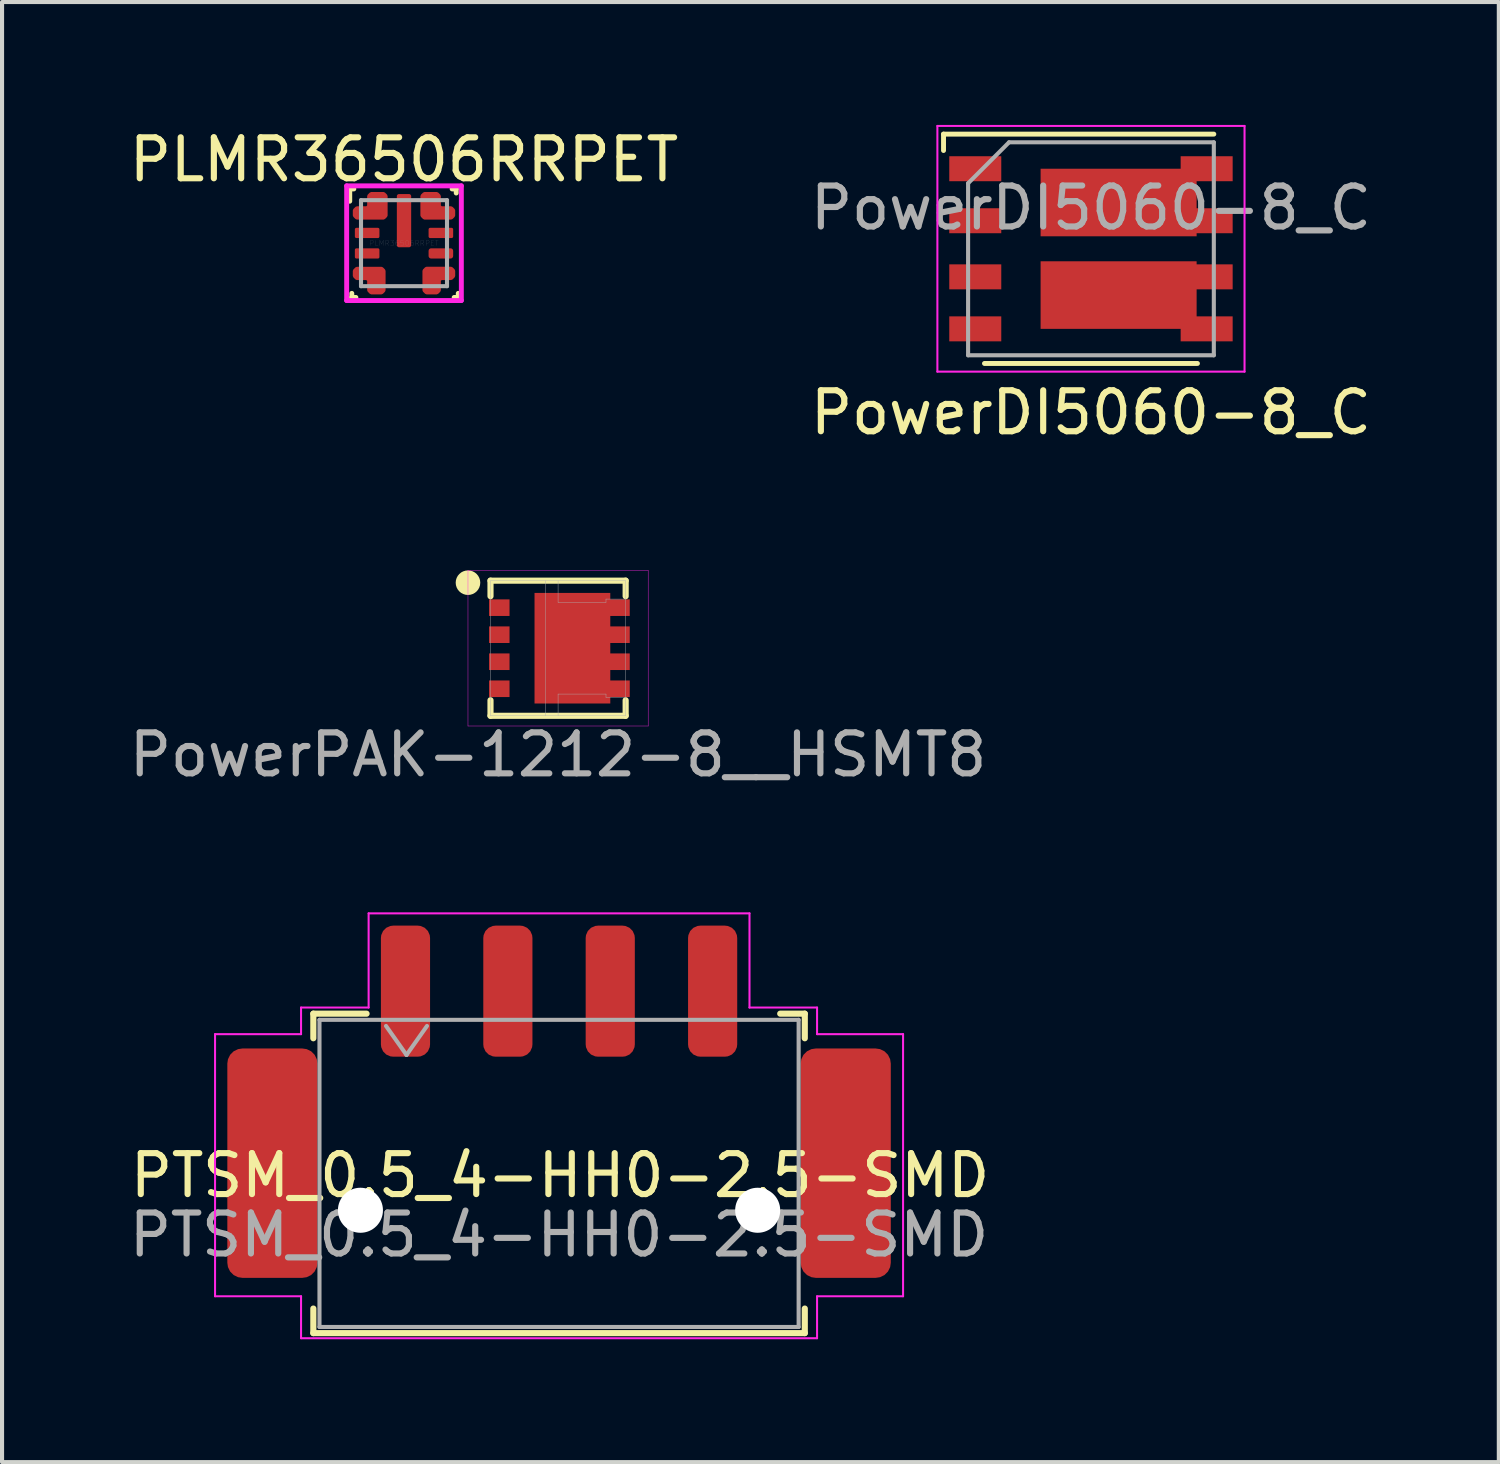
<source format=kicad_pcb>
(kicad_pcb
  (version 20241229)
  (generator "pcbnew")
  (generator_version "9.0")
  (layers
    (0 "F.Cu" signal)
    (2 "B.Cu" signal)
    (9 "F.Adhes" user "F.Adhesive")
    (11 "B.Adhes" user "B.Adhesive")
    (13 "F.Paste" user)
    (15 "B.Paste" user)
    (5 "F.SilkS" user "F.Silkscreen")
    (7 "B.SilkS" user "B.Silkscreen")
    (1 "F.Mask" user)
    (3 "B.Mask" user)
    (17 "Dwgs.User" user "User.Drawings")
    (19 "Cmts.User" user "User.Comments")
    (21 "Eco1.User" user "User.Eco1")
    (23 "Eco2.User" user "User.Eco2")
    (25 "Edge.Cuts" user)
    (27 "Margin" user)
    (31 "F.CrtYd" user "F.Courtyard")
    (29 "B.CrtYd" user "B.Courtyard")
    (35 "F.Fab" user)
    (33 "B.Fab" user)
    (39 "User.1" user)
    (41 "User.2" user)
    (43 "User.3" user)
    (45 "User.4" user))
  (footprint "PowerPAK-1212-8__HSMT8"
    (layer "F.Cu")
    (at 10.577 12.778)
    (property "Reference" "PowerPAK-1212-8__HSMT8" (at 0 2.6 0) (layer "F.Fab") (effects (font (size 1 1) (thickness 0.15))))
    (attr through_hole)
    (fp_line (start -1.65 -1.65) (end -1.65 -1.27) (stroke (width 0.15) (type solid)) (layer "F.SilkS"))
    (fp_line (start -1.65 1.65) (end -1.65 1.27) (stroke (width 0.15) (type solid)) (layer "F.SilkS"))
    (fp_line (start 1.65 -1.65) (end -1.65 -1.65) (stroke (width 0.15) (type solid)) (layer "F.SilkS"))
    (fp_line (start 1.65 -1.27) (end 1.65 -1.65) (stroke (width 0.15) (type solid)) (layer "F.SilkS"))
    (fp_line (start 1.65 1.27) (end 1.65 1.65) (stroke (width 0.15) (type solid)) (layer "F.SilkS"))
    (fp_line (start 1.65 1.65) (end -1.65 1.65) (stroke (width 0.15) (type solid)) (layer "F.SilkS"))
    (fp_circle (center -2.2 -1.6) (end -2.05 -1.6) (stroke (width 0.3) (type solid)) (fill no) (layer "F.SilkS"))
    (fp_line (start -2.2 -1.9) (end -2.2 1.9) (stroke (width 0.01) (type solid)) (layer "F.CrtYd"))
    (fp_line (start -2.2 1.9) (end 2.2 1.9) (stroke (width 0.01) (type solid)) (layer "F.CrtYd"))
    (fp_line (start 2.2 -1.9) (end -2.2 -1.9) (stroke (width 0.01) (type solid)) (layer "F.CrtYd"))
    (fp_line (start 2.2 1.9) (end 2.2 -1.9) (stroke (width 0.01) (type solid)) (layer "F.CrtYd"))
    (fp_line (start -1.65 -1.65) (end 1.65 -1.65) (stroke (width 0.01) (type solid)) (layer "F.Fab"))
    (fp_line (start -1.65 1.65) (end -1.65 -1.65) (stroke (width 0.01) (type solid)) (layer "F.Fab"))
    (fp_line (start -0.3 -1.65) (end -0.3 1.65) (stroke (width 0.01) (type solid)) (layer "F.Fab"))
    (fp_line (start 0 -1.65) (end 0 -1.12) (stroke (width 0.01) (type solid)) (layer "F.Fab"))
    (fp_line (start 0 -1.12) (end 1.17 -1.12) (stroke (width 0.01) (type solid)) (layer "F.Fab"))
    (fp_line (start 0 1.12) (end 1.17 1.12) (stroke (width 0.01) (type solid)) (layer "F.Fab"))
    (fp_line (start 0 1.65) (end 0 1.12) (stroke (width 0.01) (type solid)) (layer "F.Fab"))
    (fp_line (start 1.17 -1.2) (end 1.65 -1.2) (stroke (width 0.01) (type solid)) (layer "F.Fab"))
    (fp_line (start 1.17 -1.12) (end 1.17 -1.2) (stroke (width 0.01) (type solid)) (layer "F.Fab"))
    (fp_line (start 1.17 1.12) (end 1.17 1.2) (stroke (width 0.01) (type solid)) (layer "F.Fab"))
    (fp_line (start 1.17 1.2) (end 1.65 1.2) (stroke (width 0.01) (type solid)) (layer "F.Fab"))
    (fp_line (start 1.65 -1.65) (end 1.65 1.65) (stroke (width 0.01) (type solid)) (layer "F.Fab"))
    (fp_line (start 1.65 1.65) (end -1.65 1.65) (stroke (width 0.01) (type solid)) (layer "F.Fab"))
    (pad "D" smd rect (at 0.35 0) (size 1.85 2.7) (layers "F.Cu" "F.Mask" "F.Paste"))
    (pad "D" smd rect (at 1.45 -0.99) (size 0.6 0.405) (layers "F.Cu" "F.Mask" "F.Paste"))
    (pad "D" smd rect (at 1.45 -0.33) (size 0.6 0.405) (layers "F.Cu" "F.Mask" "F.Paste"))
    (pad "D" smd rect (at 1.45 0.33) (size 0.6 0.405) (layers "F.Cu" "F.Mask" "F.Paste"))
    (pad "D" smd rect (at 1.45 0.99) (size 0.6 0.405) (layers "F.Cu" "F.Mask" "F.Paste"))
    (pad "G" smd rect (at -1.435 0.99) (size 0.5 0.405) (layers "F.Cu" "F.Mask" "F.Paste"))
    (pad "S" smd rect (at -1.435 -0.99) (size 0.5 0.405) (layers "F.Cu" "F.Mask" "F.Paste"))
    (pad "S" smd rect (at -1.435 -0.33) (size 0.5 0.405) (layers "F.Cu" "F.Mask" "F.Paste"))
    (pad "S" smd rect (at -1.435 0.33) (size 0.5 0.405) (layers "F.Cu" "F.Mask" "F.Paste")))
  (footprint "PTSM_0.5_4-HH0-2.5-SMD"
    (layer "F.Cu")
    (at 10.601 25.602)
    (property "Reference" "PTSM_0.5_4-HH0-2.5-SMD" (at 0.025 0.05 0) (layer "F.SilkS") (effects (font (size 1 1) (thickness 0.15))))
    (attr smd)
    (fp_line (start -6 -3.9) (end -4.7 -3.9) (stroke (width 0.15) (type solid)) (layer "F.SilkS"))
    (fp_line (start -6 -3.3) (end -6 -3.9) (stroke (width 0.15) (type solid)) (layer "F.SilkS"))
    (fp_line (start -6 3.9) (end -6 3.3) (stroke (width 0.15) (type solid)) (layer "F.SilkS"))
    (fp_line (start -6 3.9) (end 6 3.9) (stroke (width 0.15) (type solid)) (layer "F.SilkS"))
    (fp_line (start 6 -3.9) (end 5.4 -3.9) (stroke (width 0.15) (type solid)) (layer "F.SilkS"))
    (fp_line (start 6 -3.9) (end 6 -3.3) (stroke (width 0.15) (type solid)) (layer "F.SilkS"))
    (fp_line (start 6 3.9) (end 6 3.3) (stroke (width 0.15) (type solid)) (layer "F.SilkS"))
    (fp_line (start -8.4 -3.4) (end -8.4 3) (stroke (width 0.05) (type solid)) (layer "F.CrtYd"))
    (fp_line (start -8.4 3) (end -6.3 3) (stroke (width 0.05) (type solid)) (layer "F.CrtYd"))
    (fp_line (start -6.3 -4.05) (end -4.65 -4.05) (stroke (width 0.05) (type solid)) (layer "F.CrtYd"))
    (fp_line (start -6.3 -3.4) (end -8.4 -3.4) (stroke (width 0.05) (type solid)) (layer "F.CrtYd"))
    (fp_line (start -6.3 -3.4) (end -6.3 -4.05) (stroke (width 0.05) (type solid)) (layer "F.CrtYd"))
    (fp_line (start -6.3 3) (end -6.3 4.025) (stroke (width 0.05) (type solid)) (layer "F.CrtYd"))
    (fp_line (start -6.3 4.025) (end 6.3 4.025) (stroke (width 0.05) (type solid)) (layer "F.CrtYd"))
    (fp_line (start -4.65 -6.35) (end -4.65 -4.05) (stroke (width 0.05) (type solid)) (layer "F.CrtYd"))
    (fp_line (start 4.65 -6.35) (end -4.65 -6.35) (stroke (width 0.05) (type solid)) (layer "F.CrtYd"))
    (fp_line (start 4.65 -6.35) (end 4.65 -4.05) (stroke (width 0.05) (type solid)) (layer "F.CrtYd"))
    (fp_line (start 4.65 -4.05) (end 6.3 -4.05) (stroke (width 0.05) (type solid)) (layer "F.CrtYd"))
    (fp_line (start 6.3 -3.4) (end 6.3 -4.05) (stroke (width 0.05) (type solid)) (layer "F.CrtYd"))
    (fp_line (start 6.3 -3.4) (end 8.4 -3.4) (stroke (width 0.05) (type solid)) (layer "F.CrtYd"))
    (fp_line (start 6.3 3) (end 6.3 4.025) (stroke (width 0.05) (type solid)) (layer "F.CrtYd"))
    (fp_line (start 6.3 3) (end 8.4 3) (stroke (width 0.05) (type solid)) (layer "F.CrtYd"))
    (fp_line (start 8.4 -3.4) (end 8.4 3) (stroke (width 0.05) (type solid)) (layer "F.CrtYd"))
    (fp_line (start -5.85 -3.75) (end -5.85 3.75) (stroke (width 0.1) (type solid)) (layer "F.Fab"))
    (fp_line (start -5.85 -3.75) (end 5.85 -3.75) (stroke (width 0.1) (type solid)) (layer "F.Fab"))
    (fp_line (start -5.85 3.75) (end 5.85 3.75) (stroke (width 0.1) (type solid)) (layer "F.Fab"))
    (fp_line (start -4.225 -3.6) (end -3.725 -2.893) (stroke (width 0.1) (type solid)) (layer "F.Fab"))
    (fp_line (start -3.725 -2.893) (end -3.225 -3.6) (stroke (width 0.1) (type solid)) (layer "F.Fab"))
    (fp_line (start 5.85 -3.75) (end 5.85 3.75) (stroke (width 0.1) (type solid)) (layer "F.Fab"))
    (fp_text user "${REFERENCE}" (at 0 1.5 0) (layer "F.Fab") (effects (font (size 1 1) (thickness 0.15))))
    (pad "" np_thru_hole circle (at -4.85 0.9 180) (size 1.1 1.1) (drill 1.1) (layers "*.Cu" "*.Mask"))
    (pad "" np_thru_hole circle (at 4.85 0.9) (size 1.1 1.1) (drill 1.1) (layers "*.Cu" "*.Mask"))
    (pad "1" smd roundrect (at -3.75 -4.45) (size 1.2 3.2) (layers "F.Cu" "F.Mask" "F.Paste") (roundrect_rratio 0.25))
    (pad "2" smd roundrect (at -1.25 -4.45) (size 1.2 3.2) (layers "F.Cu" "F.Mask" "F.Paste") (roundrect_rratio 0.25))
    (pad "3" smd roundrect (at 1.25 -4.45) (size 1.2 3.2) (layers "F.Cu" "F.Mask" "F.Paste") (roundrect_rratio 0.25))
    (pad "4" smd roundrect (at 3.75 -4.45) (size 1.2 3.2) (layers "F.Cu" "F.Mask" "F.Paste") (roundrect_rratio 0.25))
    (pad "MP" smd roundrect (at -7 -0.25) (size 2.2 5.6) (layers "F.Cu" "F.Mask" "F.Paste") (roundrect_rratio 0.167))
    (pad "MP" smd roundrect (at 7 -0.25) (size 2.2 5.6) (layers "F.Cu" "F.Mask" "F.Paste") (roundrect_rratio 0.167)))
  (footprint "PLMR36506RRPET"
    (layer "F.Cu")
    (at 6.815 2.888)
    (property "Reference" "PLMR36506RRPET" (at 0 -2.04 0) (layer "F.SilkS") (effects (font (size 1 1) (thickness 0.15))))
    (attr through_hole)
    (fp_poly (pts (xy -1.2 -0.8) (xy -1.15 -0.851) (xy -0.9 -0.851) (xy -0.85 -0.901) (xy -0.85 -1.15) (xy -0.8 -1.2) (xy -0.5 -1.2) (xy -0.45 -1.15) (xy -0.45 -0.675) (xy -0.5 -0.625) (xy -1.15 -0.625) (xy -1.2 -0.675)) (stroke (width 0.1) (type solid)) (fill yes) (layer "F.Mask"))
    (fp_poly (pts (xy -1.2 0.8) (xy -1.2 0.675) (xy -1.15 0.625) (xy -0.55 0.625) (xy -0.5 0.675) (xy -0.5 1.15) (xy -0.55 1.2) (xy -0.8 1.2) (xy -0.85 1.15) (xy -0.85 0.901) (xy -0.9 0.851) (xy -1.15 0.85)) (stroke (width 0.1) (type solid)) (fill yes) (layer "F.Mask"))
    (fp_poly (pts (xy 1.2 -0.8) (xy 1.2 -0.675) (xy 1.15 -0.625) (xy 0.5 -0.625) (xy 0.45 -0.675) (xy 0.45 -1.15) (xy 0.5 -1.2) (xy 0.8 -1.2) (xy 0.85 -1.15) (xy 0.85 -0.901) (xy 0.9 -0.851) (xy 1.15 -0.85)) (stroke (width 0.1) (type solid)) (fill yes) (layer "F.Mask"))
    (fp_poly (pts (xy 1.2 0.8) (xy 1.15 0.851) (xy 0.9 0.85) (xy 0.85 0.901) (xy 0.85 1.15) (xy 0.8 1.2) (xy 0.55 1.2) (xy 0.5 1.15) (xy 0.5 0.675) (xy 0.55 0.625) (xy 1.15 0.625) (xy 1.2 0.675)) (stroke (width 0.1) (type solid)) (fill yes) (layer "F.Mask"))
    (fp_line (start -1.325 -1.325) (end -1.325 -1.025) (stroke (width 0.12) (type solid)) (layer "F.SilkS"))
    (fp_line (start -1.325 -1.325) (end -1.225 -1.325) (stroke (width 0.12) (type solid)) (layer "F.SilkS"))
    (fp_line (start -1.275 1.325) (end -1.275 1.225) (stroke (width 0.12) (type solid)) (layer "F.SilkS"))
    (fp_line (start -1.275 1.325) (end -1.175 1.325) (stroke (width 0.12) (type solid)) (layer "F.SilkS"))
    (fp_line (start 1.175 -1.325) (end 1.275 -1.325) (stroke (width 0.12) (type solid)) (layer "F.SilkS"))
    (fp_line (start 1.225 1.325) (end 1.325 1.325) (stroke (width 0.12) (type solid)) (layer "F.SilkS"))
    (fp_line (start 1.275 -1.225) (end 1.275 -1.325) (stroke (width 0.12) (type solid)) (layer "F.SilkS"))
    (fp_line (start 1.325 1.325) (end 1.325 1.225) (stroke (width 0.12) (type solid)) (layer "F.SilkS"))
    (fp_poly (pts (xy -0.175 0.05) (xy -0.175 -0.4) (xy -0.125 -0.45) (xy 0.125 -0.45) (xy 0.175 -0.4) (xy 0.175 0.05) (xy 0.125 0.1) (xy -0.125 0.1)) (stroke (width 0) (type solid)) (fill yes) (layer "F.Paste"))
    (fp_poly (pts (xy 0.175 -0.7) (xy 0.125 -0.65) (xy -0.125 -0.65) (xy -0.175 -0.7) (xy -0.175 -1.15) (xy -0.125 -1.2) (xy 0.125 -1.2) (xy 0.175 -1.15)) (stroke (width 0) (type solid)) (fill yes) (layer "F.Paste"))
    (fp_poly (pts (xy -1.2 -0.8) (xy -1.15 -0.85) (xy -0.9 -0.851) (xy -0.85 -0.901) (xy -0.85 -1.075) (xy -0.8 -1.125) (xy -0.5 -1.125) (xy -0.45 -1.075) (xy -0.45 -0.675) (xy -0.5 -0.625) (xy -1.15 -0.625) (xy -1.2 -0.675)) (stroke (width 0.1) (type solid)) (fill yes) (layer "F.Paste"))
    (fp_poly (pts (xy -1.2 0.8) (xy -1.2 0.675) (xy -1.15 0.625) (xy -0.55 0.625) (xy -0.5 0.675) (xy -0.5 1.15) (xy -0.55 1.2) (xy -0.8 1.2) (xy -0.85 1.15) (xy -0.85 0.901) (xy -0.9 0.851) (xy -1.15 0.85)) (stroke (width 0.1) (type solid)) (fill yes) (layer "F.Paste"))
    (fp_poly (pts (xy 1.2 -0.801) (xy 1.15 -0.851) (xy 0.9 -0.851) (xy 0.85 -0.901) (xy 0.85 -1.076) (xy 0.8 -1.126) (xy 0.5 -1.126) (xy 0.45 -1.076) (xy 0.45 -0.676) (xy 0.5 -0.626) (xy 1.15 -0.626) (xy 1.2 -0.676)) (stroke (width 0.1) (type solid)) (fill yes) (layer "F.Paste"))
    (fp_poly (pts (xy 1.2 0.8) (xy 1.15 0.851) (xy 0.9 0.85) (xy 0.85 0.901) (xy 0.85 1.15) (xy 0.8 1.2) (xy 0.55 1.2) (xy 0.5 1.15) (xy 0.5 0.675) (xy 0.55 0.625) (xy 1.15 0.625) (xy 1.2 0.675)) (stroke (width 0.1) (type solid)) (fill yes) (layer "F.Paste"))
    (fp_line (start -1.4 -1.4) (end -1.4 1.4) (stroke (width 0.12) (type solid)) (layer "F.CrtYd"))
    (fp_line (start -1.4 1.4) (end 1.4 1.4) (stroke (width 0.12) (type solid)) (layer "F.CrtYd"))
    (fp_line (start 1.4 -1.4) (end -1.4 -1.4) (stroke (width 0.12) (type solid)) (layer "F.CrtYd"))
    (fp_line (start 1.4 1.4) (end 1.4 -1.4) (stroke (width 0.12) (type solid)) (layer "F.CrtYd"))
    (fp_line (start -1.05 -1.05) (end 1.05 -1.05) (stroke (width 0.1) (type solid)) (layer "F.Fab"))
    (fp_line (start -1.05 1.05) (end -1.05 -1.05) (stroke (width 0.1) (type solid)) (layer "F.Fab"))
    (fp_line (start -1.05 1.05) (end 1.05 1.05) (stroke (width 0.1) (type solid)) (layer "F.Fab"))
    (fp_line (start 1.05 1.05) (end 1.05 -1.05) (stroke (width 0.1) (type solid)) (layer "F.Fab"))
    (fp_text user "${REFERENCE}" (at 0 0 0) (layer "F.Fab") (effects (font (size 0.127 0.127) (thickness 0.002))))
    (pad "1" smd custom (at -0.661 -0.877) (size 0.342 0.342) (layers "F.Cu" "F.Mask") (options (anchor circle)) (primitives (gr_poly (pts (xy -0.539 0.076) (xy -0.489 0.026) (xy -0.239 0.026) (xy -0.189 -0.024) (xy -0.189 -0.273) (xy -0.139 -0.323) (xy 0.161 -0.323) (xy 0.211 -0.273) (xy 0.211 0.201) (xy 0.161 0.251) (xy -0.489 0.251) (xy -0.539 0.201)) (width 0.1) (fill yes))))
    (pad "2" smd roundrect (at -0.9 -0.25) (size 0.6 0.25) (layers "F.Cu" "F.Mask" "F.Paste") (roundrect_rratio 0.15))
    (pad "3" smd roundrect (at -0.9 0.25) (size 0.6 0.25) (layers "F.Cu" "F.Mask" "F.Paste") (roundrect_rratio 0.15))
    (pad "4" smd custom (at -0.661 0.877) (size 0.291 0.291) (layers "F.Cu" "F.Mask" "F.Paste") (options (anchor circle)) (primitives (gr_poly (pts (xy -0.539 -0.076) (xy -0.489 -0.026) (xy -0.239 -0.026) (xy -0.189 0.024) (xy -0.189 0.273) (xy -0.139 0.323) (xy 0.111 0.323) (xy 0.161 0.273) (xy 0.161 -0.201) (xy 0.111 -0.251) (xy -0.489 -0.251) (xy -0.539 -0.201)) (width 0.1) (fill yes))))
    (pad "5" smd custom (at 0.68 0.805) (size 0.323 0.323) (layers "F.Cu" "F.Mask" "F.Paste") (options (anchor circle)) (primitives (gr_poly (pts (xy 0.52 -0.005) (xy 0.47 0.045) (xy 0.22 0.045) (xy 0.17 0.095) (xy 0.17 0.345) (xy 0.12 0.395) (xy -0.13 0.395) (xy -0.18 0.345) (xy -0.18 -0.13) (xy -0.13 -0.18) (xy 0.47 -0.18) (xy 0.52 -0.13)) (width 0.1) (fill yes))))
    (pad "6" smd roundrect (at 0.9 0.25) (size 0.6 0.25) (layers "F.Cu" "F.Mask" "F.Paste") (roundrect_rratio 0.25))
    (pad "7" smd roundrect (at 0.9 -0.25) (size 0.6 0.25) (layers "F.Cu" "F.Mask" "F.Paste") (roundrect_rratio 0.15))
    (pad "8" smd custom (at 0.665 -0.841) (size 0.346 0.346) (layers "F.Cu" "F.Mask") (options (anchor circle)) (primitives (gr_poly (pts (xy 0.535 0.04) (xy 0.485 -0.01) (xy 0.235 -0.01) (xy 0.185 -0.06) (xy 0.185 -0.309) (xy 0.135 -0.359) (xy -0.165 -0.359) (xy -0.215 -0.309) (xy -0.215 0.165) (xy -0.165 0.215) (xy 0.485 0.215) (xy 0.535 0.165)) (width 0.1) (fill yes))))
    (pad "9" smd roundrect (at 0 -0.55) (size 0.35 1.3) (layers "F.Cu" "F.Mask") (roundrect_rratio 0.15)))
  (footprint "PowerDI5060-8_C"
    (layer "F.Cu")
    (at 23.589 3.025)
    (property "Reference" "PowerDI5060-8_C" (at 0 4 0) (layer "F.SilkS") (effects (font (size 1 1) (thickness 0.15))))
    (attr smd)
    (fp_line (start -3.6 -2.8) (end -3.6 -2.4) (stroke (width 0.12) (type solid)) (layer "F.SilkS"))
    (fp_line (start 2.6 2.8) (end -2.6 2.8) (stroke (width 0.12) (type solid)) (layer "F.SilkS"))
    (fp_line (start 3 -2.8) (end -3.6 -2.8) (stroke (width 0.12) (type solid)) (layer "F.SilkS"))
    (fp_line (start -3.75 -3) (end -3.75 3) (stroke (width 0.05) (type solid)) (layer "F.CrtYd"))
    (fp_line (start -3.75 3) (end 3.75 3) (stroke (width 0.05) (type solid)) (layer "F.CrtYd"))
    (fp_line (start 3.75 -3) (end -3.75 -3) (stroke (width 0.05) (type solid)) (layer "F.CrtYd"))
    (fp_line (start 3.75 3) (end 3.75 -3) (stroke (width 0.05) (type solid)) (layer "F.CrtYd"))
    (fp_line (start -3 2.6) (end -3 -1.6) (stroke (width 0.1) (type solid)) (layer "F.Fab"))
    (fp_line (start -2 -2.6) (end -3 -1.6) (stroke (width 0.1) (type solid)) (layer "F.Fab"))
    (fp_line (start -2 -2.6) (end 3 -2.6) (stroke (width 0.1) (type solid)) (layer "F.Fab"))
    (fp_line (start 3 -2.6) (end 3 2.6) (stroke (width 0.1) (type solid)) (layer "F.Fab"))
    (fp_line (start 3 2.6) (end -3 2.6) (stroke (width 0.1) (type solid)) (layer "F.Fab"))
    (fp_text user "${REFERENCE}" (at 0 -1 0) (layer "F.Fab") (effects (font (size 1 1) (thickness 0.15))))
    (pad "" smd rect (at -0.715 -1.13) (size 1.02 1.6) (layers "F.Paste"))
    (pad "" smd rect (at -0.715 1.13 180) (size 1.02 1.6) (layers "F.Paste"))
    (pad "" smd rect (at 1.049 -1.138) (size 1.8 1.6) (layers "F.Paste"))
    (pad "" smd rect (at 1.049 1.138 180) (size 1.8 1.6) (layers "F.Paste"))
    (pad "1" smd rect (at -2.825 -1.955) (size 1.27 0.61) (layers "F.Cu" "F.Mask" "F.Paste"))
    (pad "2" smd rect (at -2.825 -0.685) (size 1.27 0.61) (layers "F.Cu" "F.Mask" "F.Paste"))
    (pad "3" smd rect (at -2.825 0.685) (size 1.27 0.61) (layers "F.Cu" "F.Mask" "F.Paste"))
    (pad "4" smd rect (at -2.825 1.955) (size 1.27 0.61) (layers "F.Cu" "F.Mask" "F.Paste"))
    (pad "5" smd rect (at 0.675 1.13) (size 3.81 1.65) (layers "F.Cu" "F.Mask"))
    (pad "5" smd rect (at 2.825 0.685) (size 1.27 0.61) (layers "F.Cu" "F.Mask" "F.Paste"))
    (pad "5" smd rect (at 2.825 1.955) (size 1.27 0.61) (layers "F.Cu" "F.Mask" "F.Paste"))
    (pad "6" smd rect (at 0.675 -1.13) (size 3.81 1.65) (layers "F.Cu" "F.Mask"))
    (pad "6" smd rect (at 2.825 -1.955) (size 1.27 0.61) (layers "F.Cu" "F.Mask" "F.Paste"))
    (pad "6" smd rect (at 2.825 -0.685) (size 1.27 0.61) (layers "F.Cu" "F.Mask" "F.Paste")))
  (gr_rect
    (start -3 -3)
    (end 33.548 32.651)
    (stroke (width 0.1) (type default))
    (fill no)
    (layer "Edge.Cuts")))
</source>
